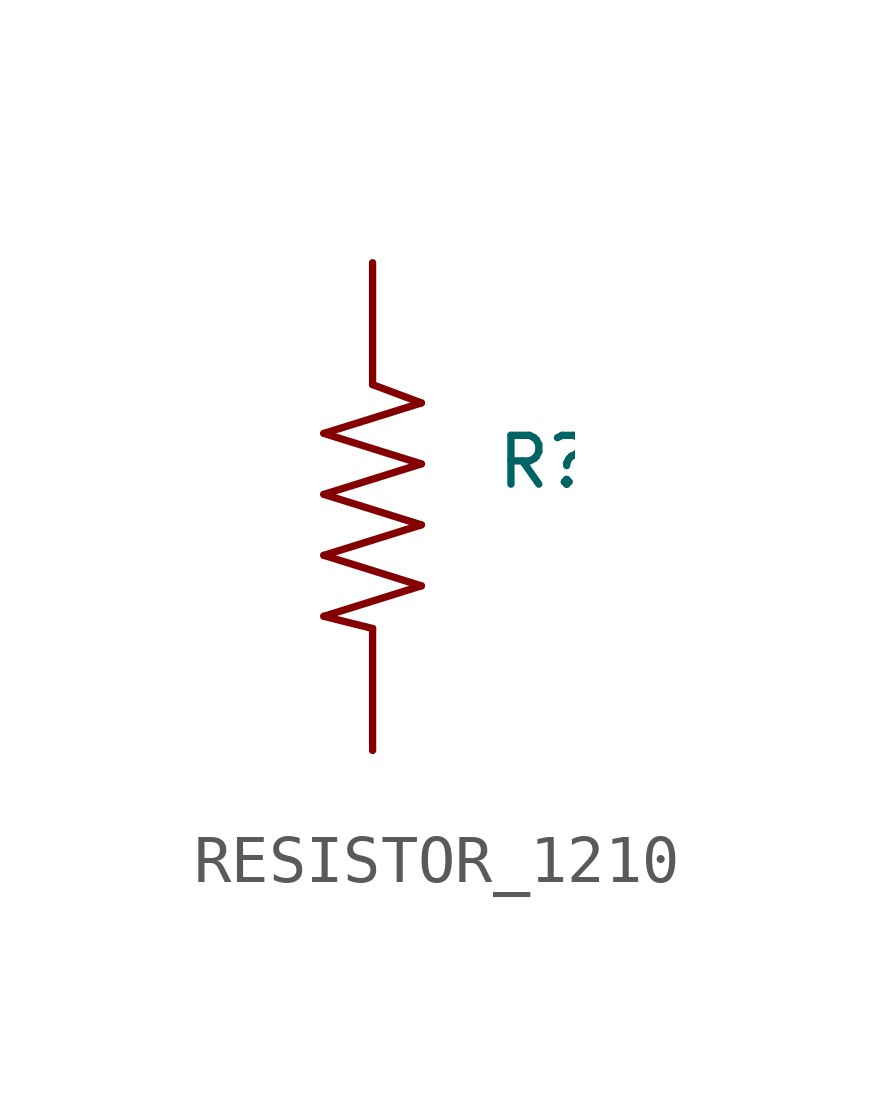
<source format=kicad_sym>
(kicad_symbol_lib
  (version 20241209)
  (generator "kicad_symbol_editor")
  (generator_version "9.0")
  (symbol "RESISTOR_1210"
    (property "Reference" "R"
      (at 2.54 1.524 0)
      (effects (font (size 1.016 1.016)) (justify left top)))
    (property "Value" ""
      (at 2.54 -1.524 0)
      (effects (font (size 1.016 1.016)) (justify left bottom)))
    (property "ki_locked" ""
      (at 0 0 0)
      (effects (font (size 1.27 1.27))))
    (symbol "RESISTOR_1210_1_0"
      (polyline (pts (xy -1.016 1.524) (xy 1.016 0.889)) (stroke (width 0.152) (type solid)) (fill (type none)))
      (polyline (pts (xy -1.016 0.254) (xy 1.016 -0.381)) (stroke (width 0.152) (type solid)) (fill (type none)))
      (polyline (pts (xy -1.016 -1.016) (xy 1.016 -1.651)) (stroke (width 0.152) (type solid)) (fill (type none)))
      (polyline (pts (xy -1.016 -2.286) (xy 0 -2.54)) (stroke (width 0.152) (type solid)) (fill (type none)))
      (polyline (pts (xy 0 2.54) (xy 1.016 2.159)) (stroke (width 0.152) (type solid)) (fill (type none)))
      (polyline (pts (xy 1.016 2.159) (xy -1.016 1.524)) (stroke (width 0.152) (type solid)) (fill (type none)))
      (polyline (pts (xy 1.016 0.889) (xy -1.016 0.254)) (stroke (width 0.152) (type solid)) (fill (type none)))
      (polyline (pts (xy 1.016 -0.381) (xy -1.016 -1.016)) (stroke (width 0.152) (type solid)) (fill (type none)))
      (polyline (pts (xy 1.016 -1.651) (xy -1.016 -2.286)) (stroke (width 0.152) (type solid)) (fill (type none)))
      (pin passive line (at 0 5.08 270) (length 2.54) (name "P$1" (effects (font (size 0 0)))) (number "P$1" (effects (font (size 0 0)))))
      (pin passive line (at 0 -5.08 90) (length 2.54) (name "P$2" (effects (font (size 0 0)))) (number "P$2" (effects (font (size 0 0))))))))
</source>
